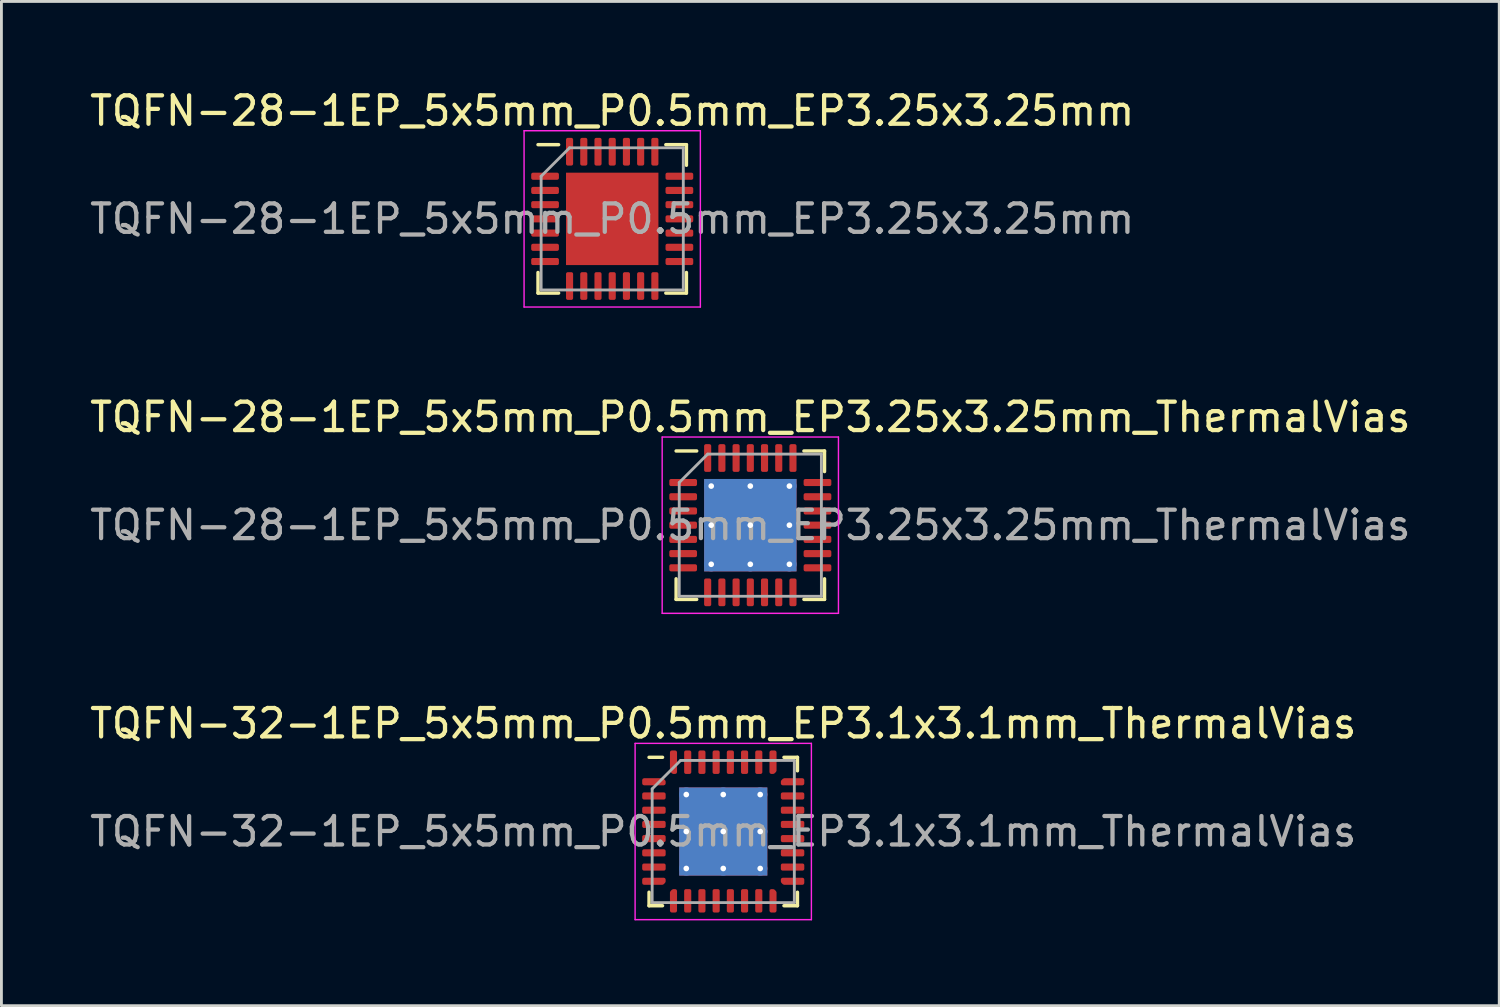
<source format=kicad_pcb>
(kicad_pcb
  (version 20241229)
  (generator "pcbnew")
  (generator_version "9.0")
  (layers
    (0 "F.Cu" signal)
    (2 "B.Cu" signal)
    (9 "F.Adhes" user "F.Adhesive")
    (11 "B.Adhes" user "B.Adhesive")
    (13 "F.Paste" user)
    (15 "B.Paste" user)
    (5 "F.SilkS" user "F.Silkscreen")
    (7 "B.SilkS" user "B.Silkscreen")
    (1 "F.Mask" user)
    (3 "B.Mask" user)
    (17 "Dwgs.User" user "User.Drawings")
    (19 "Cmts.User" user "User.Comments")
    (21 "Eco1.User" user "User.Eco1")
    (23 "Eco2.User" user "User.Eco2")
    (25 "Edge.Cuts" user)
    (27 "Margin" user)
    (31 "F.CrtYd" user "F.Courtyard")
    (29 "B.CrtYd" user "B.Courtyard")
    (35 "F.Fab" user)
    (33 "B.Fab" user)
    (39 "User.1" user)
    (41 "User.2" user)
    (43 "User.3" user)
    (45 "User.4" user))
  (footprint "TQFN-32-1EP_5x5mm_P0.5mm_EP3.1x3.1mm_ThermalVias"
    (layer "F.Cu")
    (at 22.387 26.195)
    (property "Reference" "TQFN-32-1EP_5x5mm_P0.5mm_EP3.1x3.1mm_ThermalVias" (at 0 -3.8 0) (layer "F.SilkS") (effects (font (size 1 1) (thickness 0.15))))
    (attr smd)
    (fp_line (start -2.61 2.61) (end -2.61 2.135) (stroke (width 0.12) (type solid)) (layer "F.SilkS"))
    (fp_line (start -2.135 -2.61) (end -2.61 -2.61) (stroke (width 0.12) (type solid)) (layer "F.SilkS"))
    (fp_line (start -2.135 2.61) (end -2.61 2.61) (stroke (width 0.12) (type solid)) (layer "F.SilkS"))
    (fp_line (start 2.135 -2.61) (end 2.61 -2.61) (stroke (width 0.12) (type solid)) (layer "F.SilkS"))
    (fp_line (start 2.135 2.61) (end 2.61 2.61) (stroke (width 0.12) (type solid)) (layer "F.SilkS"))
    (fp_line (start 2.61 -2.61) (end 2.61 -2.135) (stroke (width 0.12) (type solid)) (layer "F.SilkS"))
    (fp_line (start 2.61 2.61) (end 2.61 2.135) (stroke (width 0.12) (type solid)) (layer "F.SilkS"))
    (fp_line (start -3.1 -3.1) (end -3.1 3.1) (stroke (width 0.05) (type solid)) (layer "F.CrtYd"))
    (fp_line (start -3.1 3.1) (end 3.1 3.1) (stroke (width 0.05) (type solid)) (layer "F.CrtYd"))
    (fp_line (start 3.1 -3.1) (end -3.1 -3.1) (stroke (width 0.05) (type solid)) (layer "F.CrtYd"))
    (fp_line (start 3.1 3.1) (end 3.1 -3.1) (stroke (width 0.05) (type solid)) (layer "F.CrtYd"))
    (fp_line (start -2.5 -1.5) (end -1.5 -2.5) (stroke (width 0.1) (type solid)) (layer "F.Fab"))
    (fp_line (start -2.5 2.5) (end -2.5 -1.5) (stroke (width 0.1) (type solid)) (layer "F.Fab"))
    (fp_line (start -1.5 -2.5) (end 2.5 -2.5) (stroke (width 0.1) (type solid)) (layer "F.Fab"))
    (fp_line (start 2.5 -2.5) (end 2.5 2.5) (stroke (width 0.1) (type solid)) (layer "F.Fab"))
    (fp_line (start 2.5 2.5) (end -2.5 2.5) (stroke (width 0.1) (type solid)) (layer "F.Fab"))
    (fp_text user "${REFERENCE}" (at 0 0 0) (layer "F.Fab") (effects (font (size 1 1) (thickness 0.15))))
    (pad "" smd roundrect (at -0.775 -0.775) (size 1.34 1.34) (layers "F.Paste") (roundrect_rratio 0.187))
    (pad "" smd roundrect (at -0.775 0.775) (size 1.34 1.34) (layers "F.Paste") (roundrect_rratio 0.187))
    (pad "" smd roundrect (at 0.775 -0.775) (size 1.34 1.34) (layers "F.Paste") (roundrect_rratio 0.187))
    (pad "" smd roundrect (at 0.775 0.775) (size 1.34 1.34) (layers "F.Paste") (roundrect_rratio 0.187))
    (pad "1" smd custom (at -2.438 -1.75) (size 0.186 0.186) (layers "F.Cu" "F.Mask" "F.Paste") (options (anchor circle)) (primitives (gr_poly (pts (xy -0.35 -0.062) (xy 0.297 -0.062) (xy 0.35 -0.009) (xy 0.35 0.062) (xy -0.35 0.062)) (width 0.125) (fill yes))))
    (pad "2" smd roundrect (at -2.438 -1.25) (size 0.825 0.25) (layers "F.Cu" "F.Mask" "F.Paste") (roundrect_rratio 0.25))
    (pad "3" smd roundrect (at -2.438 -0.75) (size 0.825 0.25) (layers "F.Cu" "F.Mask" "F.Paste") (roundrect_rratio 0.25))
    (pad "4" smd roundrect (at -2.438 -0.25) (size 0.825 0.25) (layers "F.Cu" "F.Mask" "F.Paste") (roundrect_rratio 0.25))
    (pad "5" smd roundrect (at -2.438 0.25) (size 0.825 0.25) (layers "F.Cu" "F.Mask" "F.Paste") (roundrect_rratio 0.25))
    (pad "6" smd roundrect (at -2.438 0.75) (size 0.825 0.25) (layers "F.Cu" "F.Mask" "F.Paste") (roundrect_rratio 0.25))
    (pad "7" smd roundrect (at -2.438 1.25) (size 0.825 0.25) (layers "F.Cu" "F.Mask" "F.Paste") (roundrect_rratio 0.25))
    (pad "8" smd custom (at -2.438 1.75) (size 0.186 0.186) (layers "F.Cu" "F.Mask" "F.Paste") (options (anchor circle)) (primitives (gr_poly (pts (xy -0.35 -0.062) (xy 0.35 -0.062) (xy 0.35 0.009) (xy 0.297 0.062) (xy -0.35 0.062)) (width 0.125) (fill yes))))
    (pad "9" smd custom (at -1.75 2.438) (size 0.186 0.186) (layers "F.Cu" "F.Mask" "F.Paste") (options (anchor circle)) (primitives (gr_poly (pts (xy -0.062 -0.297) (xy -0.009 -0.35) (xy 0.062 -0.35) (xy 0.062 0.35) (xy -0.062 0.35)) (width 0.125) (fill yes))))
    (pad "10" smd roundrect (at -1.25 2.438) (size 0.25 0.825) (layers "F.Cu" "F.Mask" "F.Paste") (roundrect_rratio 0.25))
    (pad "11" smd roundrect (at -0.75 2.438) (size 0.25 0.825) (layers "F.Cu" "F.Mask" "F.Paste") (roundrect_rratio 0.25))
    (pad "12" smd roundrect (at -0.25 2.438) (size 0.25 0.825) (layers "F.Cu" "F.Mask" "F.Paste") (roundrect_rratio 0.25))
    (pad "13" smd roundrect (at 0.25 2.438) (size 0.25 0.825) (layers "F.Cu" "F.Mask" "F.Paste") (roundrect_rratio 0.25))
    (pad "14" smd roundrect (at 0.75 2.438) (size 0.25 0.825) (layers "F.Cu" "F.Mask" "F.Paste") (roundrect_rratio 0.25))
    (pad "15" smd roundrect (at 1.25 2.438) (size 0.25 0.825) (layers "F.Cu" "F.Mask" "F.Paste") (roundrect_rratio 0.25))
    (pad "16" smd custom (at 1.75 2.438) (size 0.186 0.186) (layers "F.Cu" "F.Mask" "F.Paste") (options (anchor circle)) (primitives (gr_poly (pts (xy -0.062 -0.35) (xy 0.009 -0.35) (xy 0.062 -0.297) (xy 0.062 0.35) (xy -0.062 0.35)) (width 0.125) (fill yes))))
    (pad "17" smd custom (at 2.438 1.75) (size 0.186 0.186) (layers "F.Cu" "F.Mask" "F.Paste") (options (anchor circle)) (primitives (gr_poly (pts (xy -0.35 -0.062) (xy 0.35 -0.062) (xy 0.35 0.062) (xy -0.297 0.062) (xy -0.35 0.009)) (width 0.125) (fill yes))))
    (pad "18" smd roundrect (at 2.438 1.25) (size 0.825 0.25) (layers "F.Cu" "F.Mask" "F.Paste") (roundrect_rratio 0.25))
    (pad "19" smd roundrect (at 2.438 0.75) (size 0.825 0.25) (layers "F.Cu" "F.Mask" "F.Paste") (roundrect_rratio 0.25))
    (pad "20" smd roundrect (at 2.438 0.25) (size 0.825 0.25) (layers "F.Cu" "F.Mask" "F.Paste") (roundrect_rratio 0.25))
    (pad "21" smd roundrect (at 2.438 -0.25) (size 0.825 0.25) (layers "F.Cu" "F.Mask" "F.Paste") (roundrect_rratio 0.25))
    (pad "22" smd roundrect (at 2.438 -0.75) (size 0.825 0.25) (layers "F.Cu" "F.Mask" "F.Paste") (roundrect_rratio 0.25))
    (pad "23" smd roundrect (at 2.438 -1.25) (size 0.825 0.25) (layers "F.Cu" "F.Mask" "F.Paste") (roundrect_rratio 0.25))
    (pad "24" smd custom (at 2.438 -1.75) (size 0.186 0.186) (layers "F.Cu" "F.Mask" "F.Paste") (options (anchor circle)) (primitives (gr_poly (pts (xy -0.35 -0.009) (xy -0.297 -0.062) (xy 0.35 -0.062) (xy 0.35 0.062) (xy -0.35 0.062)) (width 0.125) (fill yes))))
    (pad "25" smd custom (at 1.75 -2.438) (size 0.186 0.186) (layers "F.Cu" "F.Mask" "F.Paste") (options (anchor circle)) (primitives (gr_poly (pts (xy -0.062 -0.35) (xy 0.062 -0.35) (xy 0.062 0.297) (xy 0.009 0.35) (xy -0.062 0.35)) (width 0.125) (fill yes))))
    (pad "26" smd roundrect (at 1.25 -2.438) (size 0.25 0.825) (layers "F.Cu" "F.Mask" "F.Paste") (roundrect_rratio 0.25))
    (pad "27" smd roundrect (at 0.75 -2.438) (size 0.25 0.825) (layers "F.Cu" "F.Mask" "F.Paste") (roundrect_rratio 0.25))
    (pad "28" smd roundrect (at 0.25 -2.438) (size 0.25 0.825) (layers "F.Cu" "F.Mask" "F.Paste") (roundrect_rratio 0.25))
    (pad "29" smd roundrect (at -0.25 -2.438) (size 0.25 0.825) (layers "F.Cu" "F.Mask" "F.Paste") (roundrect_rratio 0.25))
    (pad "30" smd roundrect (at -0.75 -2.438) (size 0.25 0.825) (layers "F.Cu" "F.Mask" "F.Paste") (roundrect_rratio 0.25))
    (pad "31" smd roundrect (at -1.25 -2.438) (size 0.25 0.825) (layers "F.Cu" "F.Mask" "F.Paste") (roundrect_rratio 0.25))
    (pad "32" smd custom (at -1.75 -2.438) (size 0.186 0.186) (layers "F.Cu" "F.Mask" "F.Paste") (options (anchor circle)) (primitives (gr_poly (pts (xy -0.062 -0.35) (xy 0.062 -0.35) (xy 0.062 0.35) (xy -0.009 0.35) (xy -0.062 0.297)) (width 0.125) (fill yes))))
    (pad "33" thru_hole circle (at -1.3 -1.3) (size 0.5 0.5) (drill 0.2) (layers "*.Cu"))
    (pad "33" thru_hole circle (at -1.3 0) (size 0.5 0.5) (drill 0.2) (layers "*.Cu"))
    (pad "33" thru_hole circle (at -1.3 1.3) (size 0.5 0.5) (drill 0.2) (layers "*.Cu"))
    (pad "33" thru_hole circle (at 0 -1.3) (size 0.5 0.5) (drill 0.2) (layers "*.Cu"))
    (pad "33" thru_hole circle (at 0 0) (size 0.5 0.5) (drill 0.2) (layers "*.Cu"))
    (pad "33" smd rect (at 0 0) (size 3.1 3.1) (layers "F.Cu" "F.Mask"))
    (pad "33" smd rect (at 0 0) (size 3.1 3.1) (layers "B.Cu"))
    (pad "33" thru_hole circle (at 0 1.3) (size 0.5 0.5) (drill 0.2) (layers "*.Cu"))
    (pad "33" thru_hole circle (at 1.3 -1.3) (size 0.5 0.5) (drill 0.2) (layers "*.Cu"))
    (pad "33" thru_hole circle (at 1.3 0) (size 0.5 0.5) (drill 0.2) (layers "*.Cu"))
    (pad "33" thru_hole circle (at 1.3 1.3) (size 0.5 0.5) (drill 0.2) (layers "*.Cu")))
  (footprint "TQFN-28-1EP_5x5mm_P0.5mm_EP3.25x3.25mm_ThermalVias"
    (layer "F.Cu")
    (at 23.339 15.421)
    (property "Reference" "TQFN-28-1EP_5x5mm_P0.5mm_EP3.25x3.25mm_ThermalVias" (at 0 -3.8 0) (layer "F.SilkS") (effects (font (size 1 1) (thickness 0.15))))
    (attr smd)
    (fp_line (start -2.61 2.61) (end -2.61 1.885) (stroke (width 0.12) (type solid)) (layer "F.SilkS"))
    (fp_line (start -1.885 -2.61) (end -2.61 -2.61) (stroke (width 0.12) (type solid)) (layer "F.SilkS"))
    (fp_line (start -1.885 2.61) (end -2.61 2.61) (stroke (width 0.12) (type solid)) (layer "F.SilkS"))
    (fp_line (start 1.885 -2.61) (end 2.61 -2.61) (stroke (width 0.12) (type solid)) (layer "F.SilkS"))
    (fp_line (start 1.885 2.61) (end 2.61 2.61) (stroke (width 0.12) (type solid)) (layer "F.SilkS"))
    (fp_line (start 2.61 -2.61) (end 2.61 -1.885) (stroke (width 0.12) (type solid)) (layer "F.SilkS"))
    (fp_line (start 2.61 2.61) (end 2.61 1.885) (stroke (width 0.12) (type solid)) (layer "F.SilkS"))
    (fp_line (start -3.1 -3.1) (end -3.1 3.1) (stroke (width 0.05) (type solid)) (layer "F.CrtYd"))
    (fp_line (start -3.1 3.1) (end 3.1 3.1) (stroke (width 0.05) (type solid)) (layer "F.CrtYd"))
    (fp_line (start 3.1 -3.1) (end -3.1 -3.1) (stroke (width 0.05) (type solid)) (layer "F.CrtYd"))
    (fp_line (start 3.1 3.1) (end 3.1 -3.1) (stroke (width 0.05) (type solid)) (layer "F.CrtYd"))
    (fp_line (start -2.5 -1.5) (end -1.5 -2.5) (stroke (width 0.1) (type solid)) (layer "F.Fab"))
    (fp_line (start -2.5 2.5) (end -2.5 -1.5) (stroke (width 0.1) (type solid)) (layer "F.Fab"))
    (fp_line (start -1.5 -2.5) (end 2.5 -2.5) (stroke (width 0.1) (type solid)) (layer "F.Fab"))
    (fp_line (start 2.5 -2.5) (end 2.5 2.5) (stroke (width 0.1) (type solid)) (layer "F.Fab"))
    (fp_line (start 2.5 2.5) (end -2.5 2.5) (stroke (width 0.1) (type solid)) (layer "F.Fab"))
    (fp_text user "${REFERENCE}" (at 0 0 0) (layer "F.Fab") (effects (font (size 1 1) (thickness 0.15))))
    (pad "" smd roundrect (at -0.81 -0.81) (size 1.41 1.41) (layers "F.Paste") (roundrect_rratio 0.177))
    (pad "" smd roundrect (at -0.81 0.81) (size 1.41 1.41) (layers "F.Paste") (roundrect_rratio 0.177))
    (pad "" smd roundrect (at 0.81 -0.81) (size 1.41 1.41) (layers "F.Paste") (roundrect_rratio 0.177))
    (pad "" smd roundrect (at 0.81 0.81) (size 1.41 1.41) (layers "F.Paste") (roundrect_rratio 0.177))
    (pad "1" smd roundrect (at -2.362 -1.5) (size 0.975 0.25) (layers "F.Cu" "F.Mask" "F.Paste") (roundrect_rratio 0.25))
    (pad "2" smd roundrect (at -2.362 -1) (size 0.975 0.25) (layers "F.Cu" "F.Mask" "F.Paste") (roundrect_rratio 0.25))
    (pad "3" smd roundrect (at -2.362 -0.5) (size 0.975 0.25) (layers "F.Cu" "F.Mask" "F.Paste") (roundrect_rratio 0.25))
    (pad "4" smd roundrect (at -2.362 0) (size 0.975 0.25) (layers "F.Cu" "F.Mask" "F.Paste") (roundrect_rratio 0.25))
    (pad "5" smd roundrect (at -2.362 0.5) (size 0.975 0.25) (layers "F.Cu" "F.Mask" "F.Paste") (roundrect_rratio 0.25))
    (pad "6" smd roundrect (at -2.362 1) (size 0.975 0.25) (layers "F.Cu" "F.Mask" "F.Paste") (roundrect_rratio 0.25))
    (pad "7" smd roundrect (at -2.362 1.5) (size 0.975 0.25) (layers "F.Cu" "F.Mask" "F.Paste") (roundrect_rratio 0.25))
    (pad "8" smd roundrect (at -1.5 2.362) (size 0.25 0.975) (layers "F.Cu" "F.Mask" "F.Paste") (roundrect_rratio 0.25))
    (pad "9" smd roundrect (at -1 2.362) (size 0.25 0.975) (layers "F.Cu" "F.Mask" "F.Paste") (roundrect_rratio 0.25))
    (pad "10" smd roundrect (at -0.5 2.362) (size 0.25 0.975) (layers "F.Cu" "F.Mask" "F.Paste") (roundrect_rratio 0.25))
    (pad "11" smd roundrect (at 0 2.362) (size 0.25 0.975) (layers "F.Cu" "F.Mask" "F.Paste") (roundrect_rratio 0.25))
    (pad "12" smd roundrect (at 0.5 2.362) (size 0.25 0.975) (layers "F.Cu" "F.Mask" "F.Paste") (roundrect_rratio 0.25))
    (pad "13" smd roundrect (at 1 2.362) (size 0.25 0.975) (layers "F.Cu" "F.Mask" "F.Paste") (roundrect_rratio 0.25))
    (pad "14" smd roundrect (at 1.5 2.362) (size 0.25 0.975) (layers "F.Cu" "F.Mask" "F.Paste") (roundrect_rratio 0.25))
    (pad "15" smd roundrect (at 2.362 1.5) (size 0.975 0.25) (layers "F.Cu" "F.Mask" "F.Paste") (roundrect_rratio 0.25))
    (pad "16" smd roundrect (at 2.362 1) (size 0.975 0.25) (layers "F.Cu" "F.Mask" "F.Paste") (roundrect_rratio 0.25))
    (pad "17" smd roundrect (at 2.362 0.5) (size 0.975 0.25) (layers "F.Cu" "F.Mask" "F.Paste") (roundrect_rratio 0.25))
    (pad "18" smd roundrect (at 2.362 0) (size 0.975 0.25) (layers "F.Cu" "F.Mask" "F.Paste") (roundrect_rratio 0.25))
    (pad "19" smd roundrect (at 2.362 -0.5) (size 0.975 0.25) (layers "F.Cu" "F.Mask" "F.Paste") (roundrect_rratio 0.25))
    (pad "20" smd roundrect (at 2.362 -1) (size 0.975 0.25) (layers "F.Cu" "F.Mask" "F.Paste") (roundrect_rratio 0.25))
    (pad "21" smd roundrect (at 2.362 -1.5) (size 0.975 0.25) (layers "F.Cu" "F.Mask" "F.Paste") (roundrect_rratio 0.25))
    (pad "22" smd roundrect (at 1.5 -2.362) (size 0.25 0.975) (layers "F.Cu" "F.Mask" "F.Paste") (roundrect_rratio 0.25))
    (pad "23" smd roundrect (at 1 -2.362) (size 0.25 0.975) (layers "F.Cu" "F.Mask" "F.Paste") (roundrect_rratio 0.25))
    (pad "24" smd roundrect (at 0.5 -2.362) (size 0.25 0.975) (layers "F.Cu" "F.Mask" "F.Paste") (roundrect_rratio 0.25))
    (pad "25" smd roundrect (at 0 -2.362) (size 0.25 0.975) (layers "F.Cu" "F.Mask" "F.Paste") (roundrect_rratio 0.25))
    (pad "26" smd roundrect (at -0.5 -2.362) (size 0.25 0.975) (layers "F.Cu" "F.Mask" "F.Paste") (roundrect_rratio 0.25))
    (pad "27" smd roundrect (at -1 -2.362) (size 0.25 0.975) (layers "F.Cu" "F.Mask" "F.Paste") (roundrect_rratio 0.25))
    (pad "28" smd roundrect (at -1.5 -2.362) (size 0.25 0.975) (layers "F.Cu" "F.Mask" "F.Paste") (roundrect_rratio 0.25))
    (pad "29" thru_hole circle (at -1.375 -1.375) (size 0.5 0.5) (drill 0.2) (layers "*.Cu"))
    (pad "29" thru_hole circle (at -1.375 0) (size 0.5 0.5) (drill 0.2) (layers "*.Cu"))
    (pad "29" thru_hole circle (at -1.375 1.375) (size 0.5 0.5) (drill 0.2) (layers "*.Cu"))
    (pad "29" thru_hole circle (at 0 -1.375) (size 0.5 0.5) (drill 0.2) (layers "*.Cu"))
    (pad "29" thru_hole circle (at 0 0) (size 0.5 0.5) (drill 0.2) (layers "*.Cu"))
    (pad "29" smd rect (at 0 0) (size 3.25 3.25) (layers "F.Cu" "F.Mask"))
    (pad "29" smd rect (at 0 0) (size 3.25 3.25) (layers "B.Cu"))
    (pad "29" thru_hole circle (at 0 1.375) (size 0.5 0.5) (drill 0.2) (layers "*.Cu"))
    (pad "29" thru_hole circle (at 1.375 -1.375) (size 0.5 0.5) (drill 0.2) (layers "*.Cu"))
    (pad "29" thru_hole circle (at 1.375 0) (size 0.5 0.5) (drill 0.2) (layers "*.Cu"))
    (pad "29" thru_hole circle (at 1.375 1.375) (size 0.5 0.5) (drill 0.2) (layers "*.Cu")))
  (footprint "TQFN-28-1EP_5x5mm_P0.5mm_EP3.25x3.25mm"
    (layer "F.Cu")
    (at 18.482 4.648)
    (property "Reference" "TQFN-28-1EP_5x5mm_P0.5mm_EP3.25x3.25mm" (at 0 -3.8 0) (layer "F.SilkS") (effects (font (size 1 1) (thickness 0.15))))
    (attr smd)
    (fp_line (start -2.61 2.61) (end -2.61 1.885) (stroke (width 0.12) (type solid)) (layer "F.SilkS"))
    (fp_line (start -1.885 -2.61) (end -2.61 -2.61) (stroke (width 0.12) (type solid)) (layer "F.SilkS"))
    (fp_line (start -1.885 2.61) (end -2.61 2.61) (stroke (width 0.12) (type solid)) (layer "F.SilkS"))
    (fp_line (start 1.885 -2.61) (end 2.61 -2.61) (stroke (width 0.12) (type solid)) (layer "F.SilkS"))
    (fp_line (start 1.885 2.61) (end 2.61 2.61) (stroke (width 0.12) (type solid)) (layer "F.SilkS"))
    (fp_line (start 2.61 -2.61) (end 2.61 -1.885) (stroke (width 0.12) (type solid)) (layer "F.SilkS"))
    (fp_line (start 2.61 2.61) (end 2.61 1.885) (stroke (width 0.12) (type solid)) (layer "F.SilkS"))
    (fp_line (start -3.1 -3.1) (end -3.1 3.1) (stroke (width 0.05) (type solid)) (layer "F.CrtYd"))
    (fp_line (start -3.1 3.1) (end 3.1 3.1) (stroke (width 0.05) (type solid)) (layer "F.CrtYd"))
    (fp_line (start 3.1 -3.1) (end -3.1 -3.1) (stroke (width 0.05) (type solid)) (layer "F.CrtYd"))
    (fp_line (start 3.1 3.1) (end 3.1 -3.1) (stroke (width 0.05) (type solid)) (layer "F.CrtYd"))
    (fp_line (start -2.5 -1.5) (end -1.5 -2.5) (stroke (width 0.1) (type solid)) (layer "F.Fab"))
    (fp_line (start -2.5 2.5) (end -2.5 -1.5) (stroke (width 0.1) (type solid)) (layer "F.Fab"))
    (fp_line (start -1.5 -2.5) (end 2.5 -2.5) (stroke (width 0.1) (type solid)) (layer "F.Fab"))
    (fp_line (start 2.5 -2.5) (end 2.5 2.5) (stroke (width 0.1) (type solid)) (layer "F.Fab"))
    (fp_line (start 2.5 2.5) (end -2.5 2.5) (stroke (width 0.1) (type solid)) (layer "F.Fab"))
    (fp_text user "${REFERENCE}" (at 0 0 0) (layer "F.Fab") (effects (font (size 1 1) (thickness 0.15))))
    (pad "" smd roundrect (at -0.81 -0.81) (size 1.31 1.31) (layers "F.Paste") (roundrect_rratio 0.191))
    (pad "" smd roundrect (at -0.81 0.81) (size 1.31 1.31) (layers "F.Paste") (roundrect_rratio 0.191))
    (pad "" smd roundrect (at 0.81 -0.81) (size 1.31 1.31) (layers "F.Paste") (roundrect_rratio 0.191))
    (pad "" smd roundrect (at 0.81 0.81) (size 1.31 1.31) (layers "F.Paste") (roundrect_rratio 0.191))
    (pad "1" smd roundrect (at -2.362 -1.5) (size 0.975 0.25) (layers "F.Cu" "F.Mask" "F.Paste") (roundrect_rratio 0.25))
    (pad "2" smd roundrect (at -2.362 -1) (size 0.975 0.25) (layers "F.Cu" "F.Mask" "F.Paste") (roundrect_rratio 0.25))
    (pad "3" smd roundrect (at -2.362 -0.5) (size 0.975 0.25) (layers "F.Cu" "F.Mask" "F.Paste") (roundrect_rratio 0.25))
    (pad "4" smd roundrect (at -2.362 0) (size 0.975 0.25) (layers "F.Cu" "F.Mask" "F.Paste") (roundrect_rratio 0.25))
    (pad "5" smd roundrect (at -2.362 0.5) (size 0.975 0.25) (layers "F.Cu" "F.Mask" "F.Paste") (roundrect_rratio 0.25))
    (pad "6" smd roundrect (at -2.362 1) (size 0.975 0.25) (layers "F.Cu" "F.Mask" "F.Paste") (roundrect_rratio 0.25))
    (pad "7" smd roundrect (at -2.362 1.5) (size 0.975 0.25) (layers "F.Cu" "F.Mask" "F.Paste") (roundrect_rratio 0.25))
    (pad "8" smd roundrect (at -1.5 2.362) (size 0.25 0.975) (layers "F.Cu" "F.Mask" "F.Paste") (roundrect_rratio 0.25))
    (pad "9" smd roundrect (at -1 2.362) (size 0.25 0.975) (layers "F.Cu" "F.Mask" "F.Paste") (roundrect_rratio 0.25))
    (pad "10" smd roundrect (at -0.5 2.362) (size 0.25 0.975) (layers "F.Cu" "F.Mask" "F.Paste") (roundrect_rratio 0.25))
    (pad "11" smd roundrect (at 0 2.362) (size 0.25 0.975) (layers "F.Cu" "F.Mask" "F.Paste") (roundrect_rratio 0.25))
    (pad "12" smd roundrect (at 0.5 2.362) (size 0.25 0.975) (layers "F.Cu" "F.Mask" "F.Paste") (roundrect_rratio 0.25))
    (pad "13" smd roundrect (at 1 2.362) (size 0.25 0.975) (layers "F.Cu" "F.Mask" "F.Paste") (roundrect_rratio 0.25))
    (pad "14" smd roundrect (at 1.5 2.362) (size 0.25 0.975) (layers "F.Cu" "F.Mask" "F.Paste") (roundrect_rratio 0.25))
    (pad "15" smd roundrect (at 2.362 1.5) (size 0.975 0.25) (layers "F.Cu" "F.Mask" "F.Paste") (roundrect_rratio 0.25))
    (pad "16" smd roundrect (at 2.362 1) (size 0.975 0.25) (layers "F.Cu" "F.Mask" "F.Paste") (roundrect_rratio 0.25))
    (pad "17" smd roundrect (at 2.362 0.5) (size 0.975 0.25) (layers "F.Cu" "F.Mask" "F.Paste") (roundrect_rratio 0.25))
    (pad "18" smd roundrect (at 2.362 0) (size 0.975 0.25) (layers "F.Cu" "F.Mask" "F.Paste") (roundrect_rratio 0.25))
    (pad "19" smd roundrect (at 2.362 -0.5) (size 0.975 0.25) (layers "F.Cu" "F.Mask" "F.Paste") (roundrect_rratio 0.25))
    (pad "20" smd roundrect (at 2.362 -1) (size 0.975 0.25) (layers "F.Cu" "F.Mask" "F.Paste") (roundrect_rratio 0.25))
    (pad "21" smd roundrect (at 2.362 -1.5) (size 0.975 0.25) (layers "F.Cu" "F.Mask" "F.Paste") (roundrect_rratio 0.25))
    (pad "22" smd roundrect (at 1.5 -2.362) (size 0.25 0.975) (layers "F.Cu" "F.Mask" "F.Paste") (roundrect_rratio 0.25))
    (pad "23" smd roundrect (at 1 -2.362) (size 0.25 0.975) (layers "F.Cu" "F.Mask" "F.Paste") (roundrect_rratio 0.25))
    (pad "24" smd roundrect (at 0.5 -2.362) (size 0.25 0.975) (layers "F.Cu" "F.Mask" "F.Paste") (roundrect_rratio 0.25))
    (pad "25" smd roundrect (at 0 -2.362) (size 0.25 0.975) (layers "F.Cu" "F.Mask" "F.Paste") (roundrect_rratio 0.25))
    (pad "26" smd roundrect (at -0.5 -2.362) (size 0.25 0.975) (layers "F.Cu" "F.Mask" "F.Paste") (roundrect_rratio 0.25))
    (pad "27" smd roundrect (at -1 -2.362) (size 0.25 0.975) (layers "F.Cu" "F.Mask" "F.Paste") (roundrect_rratio 0.25))
    (pad "28" smd roundrect (at -1.5 -2.362) (size 0.25 0.975) (layers "F.Cu" "F.Mask" "F.Paste") (roundrect_rratio 0.25))
    (pad "29" smd rect (at 0 0) (size 3.25 3.25) (layers "F.Cu" "F.Mask")))
  (gr_rect
    (start -3 -3)
    (end 49.679 32.32)
    (stroke (width 0.1) (type default))
    (fill no)
    (layer "Edge.Cuts")))
</source>
